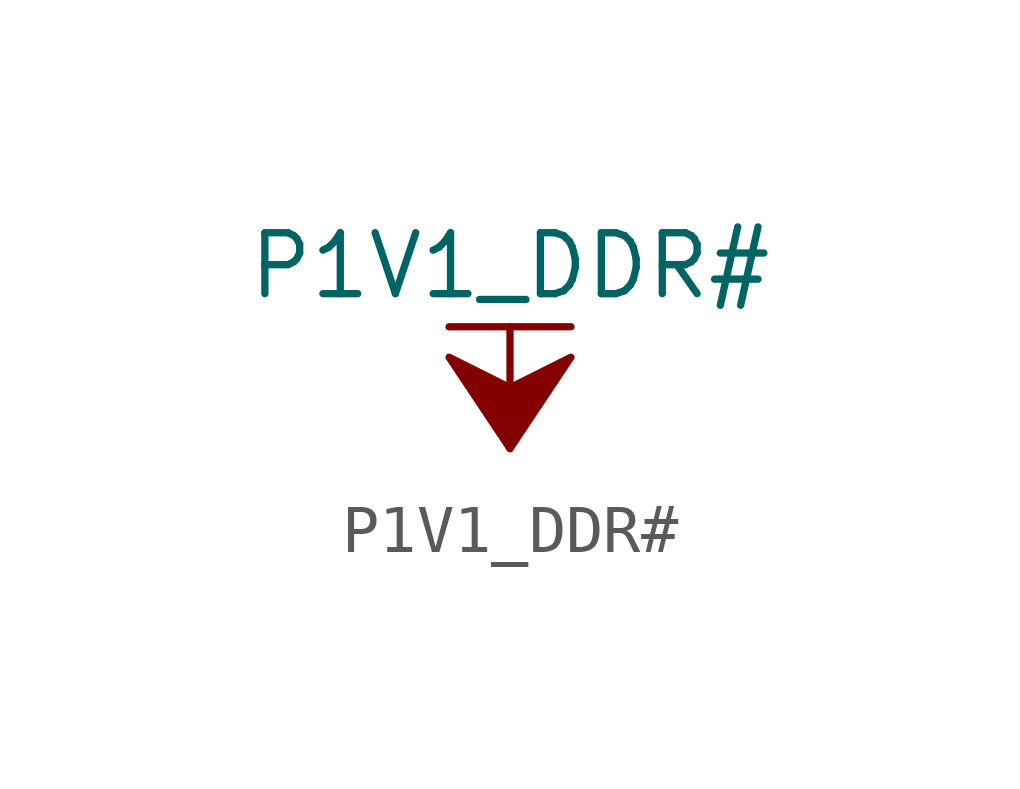
<source format=kicad_sym>
(kicad_symbol_lib
  (version 20211014)
  (generator kicad_symbol_editor)
  (symbol "P1V1_DDR#"
    (power)
    (pin_names
      (offset 0))
    (property "Reference" "#PWR"
      (at 0 -3.81 0)
      (effects (font (size 1.27 1.27)) hide))
    (property "Value" "P1V1_DDR#"
      (at 0 3.81 0)
      (effects (font (size 1.27 1.27))))
    (symbol "P1V1_DDR#_0_1"
      (polyline (pts (xy -1.27 2.54) (xy 1.27 2.54)) (stroke (width 0.152) (type default) (color 0 0 0 0)) (fill (type none)))
      (polyline (pts (xy 0 0) (xy 0 2.54)) (stroke (width 0.152) (type default) (color 0 0 0 0)) (fill (type none)))
      (polyline (pts (xy 0 0) (xy 1.27 1.905) (xy 0 1.27) (xy -1.27 1.905) (xy 0 0)) (stroke (width 0.152) (type default) (color 0 0 0 0)) (fill (type outline))))
    (symbol "P1V1_DDR#_1_1"
      (pin power_in line (at 0 0 90) (length 0) hide (name "P1V1_DDR#" (effects (font (size 1.27 1.27)))) (number "1" (effects (font (size 1.27 1.27))))))))
</source>
